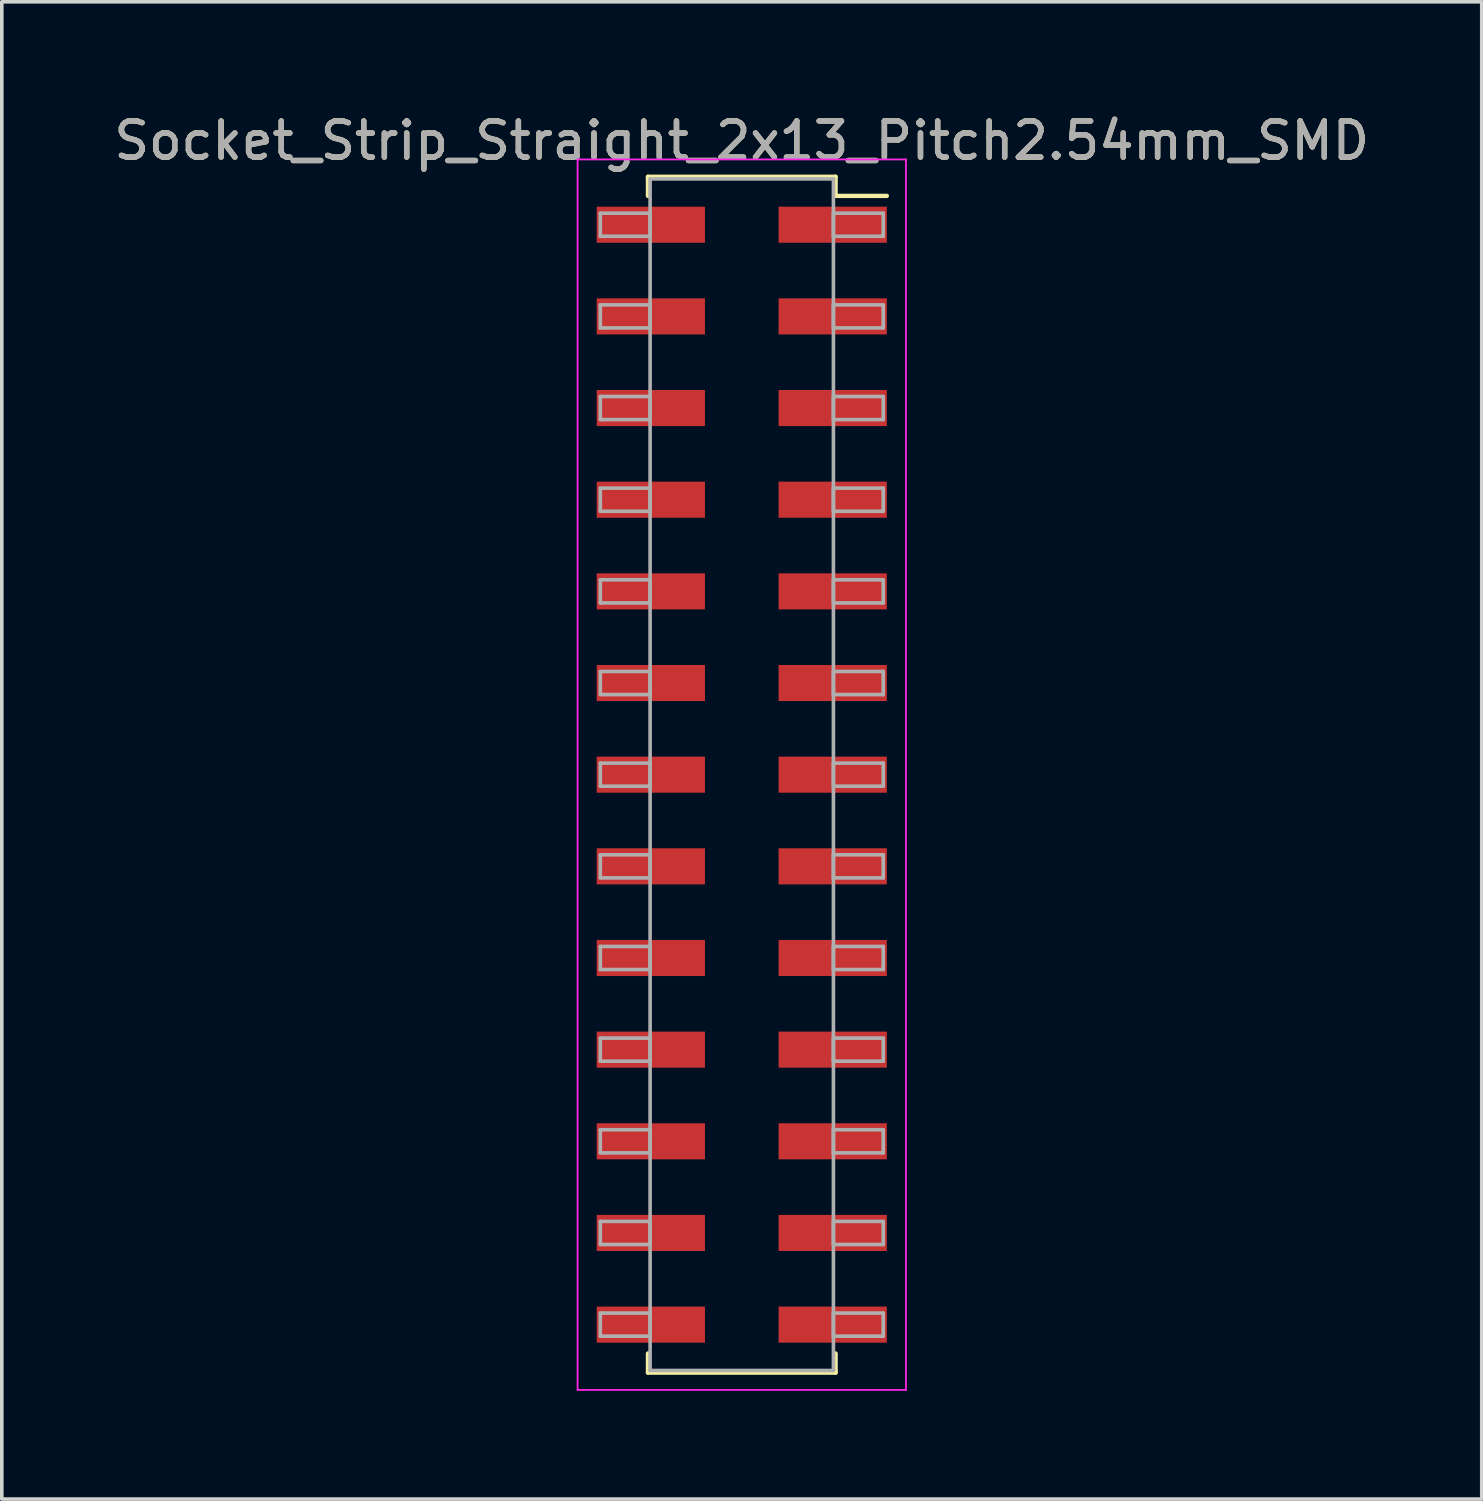
<source format=kicad_pcb>
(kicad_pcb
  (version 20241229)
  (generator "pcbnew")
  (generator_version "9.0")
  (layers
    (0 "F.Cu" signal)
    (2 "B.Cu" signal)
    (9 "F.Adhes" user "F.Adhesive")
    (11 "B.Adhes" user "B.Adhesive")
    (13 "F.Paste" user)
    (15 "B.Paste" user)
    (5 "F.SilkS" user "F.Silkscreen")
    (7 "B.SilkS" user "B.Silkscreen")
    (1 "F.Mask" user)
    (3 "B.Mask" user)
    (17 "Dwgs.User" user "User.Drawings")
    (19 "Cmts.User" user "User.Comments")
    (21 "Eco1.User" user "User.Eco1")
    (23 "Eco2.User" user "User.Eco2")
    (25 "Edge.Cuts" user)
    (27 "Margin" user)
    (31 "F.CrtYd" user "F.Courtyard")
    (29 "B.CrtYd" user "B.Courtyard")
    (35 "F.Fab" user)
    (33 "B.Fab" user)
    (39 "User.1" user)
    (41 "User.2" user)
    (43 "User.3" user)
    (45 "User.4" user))
  (footprint "Socket_Strip_Straight_2x13_Pitch2.54mm_SMD"
    (layer "F.Cu")
    (at 17.506 18.418)
    (property "Reference" "Socket_Strip_Straight_2x13_Pitch2.54mm_SMD" (at 0 -17.57 0) (layer "F.SilkS") (effects (font (size 1 1) (thickness 0.15))))
    (attr smd)
    (fp_line (start -2.6 -16.57) (end 2.6 -16.57) (stroke (width 0.12) (type solid)) (layer "F.SilkS"))
    (fp_line (start -2.6 -16.04) (end -2.6 -16.57) (stroke (width 0.12) (type solid)) (layer "F.SilkS"))
    (fp_line (start -2.6 16.04) (end -2.6 16.57) (stroke (width 0.12) (type solid)) (layer "F.SilkS"))
    (fp_line (start -2.6 16.57) (end 2.6 16.57) (stroke (width 0.12) (type solid)) (layer "F.SilkS"))
    (fp_line (start 2.6 -16.57) (end 2.6 -16.04) (stroke (width 0.12) (type solid)) (layer "F.SilkS"))
    (fp_line (start 2.6 16.57) (end 2.6 16.04) (stroke (width 0.12) (type solid)) (layer "F.SilkS"))
    (fp_line (start 4.02 -16.04) (end 2.6 -16.04) (stroke (width 0.12) (type solid)) (layer "F.SilkS"))
    (fp_line (start -4.55 -17.05) (end -4.55 17.05) (stroke (width 0.05) (type solid)) (layer "F.CrtYd"))
    (fp_line (start -4.55 17.05) (end 4.55 17.05) (stroke (width 0.05) (type solid)) (layer "F.CrtYd"))
    (fp_line (start 4.55 -17.05) (end -4.55 -17.05) (stroke (width 0.05) (type solid)) (layer "F.CrtYd"))
    (fp_line (start 4.55 17.05) (end 4.55 -17.05) (stroke (width 0.05) (type solid)) (layer "F.CrtYd"))
    (fp_line (start -3.92 -15.56) (end -2.54 -15.56) (stroke (width 0.1) (type solid)) (layer "F.Fab"))
    (fp_line (start -3.92 -14.92) (end -3.92 -15.56) (stroke (width 0.1) (type solid)) (layer "F.Fab"))
    (fp_line (start -3.92 -13.02) (end -2.54 -13.02) (stroke (width 0.1) (type solid)) (layer "F.Fab"))
    (fp_line (start -3.92 -12.38) (end -3.92 -13.02) (stroke (width 0.1) (type solid)) (layer "F.Fab"))
    (fp_line (start -3.92 -10.48) (end -2.54 -10.48) (stroke (width 0.1) (type solid)) (layer "F.Fab"))
    (fp_line (start -3.92 -9.84) (end -3.92 -10.48) (stroke (width 0.1) (type solid)) (layer "F.Fab"))
    (fp_line (start -3.92 -7.94) (end -2.54 -7.94) (stroke (width 0.1) (type solid)) (layer "F.Fab"))
    (fp_line (start -3.92 -7.3) (end -3.92 -7.94) (stroke (width 0.1) (type solid)) (layer "F.Fab"))
    (fp_line (start -3.92 -5.4) (end -2.54 -5.4) (stroke (width 0.1) (type solid)) (layer "F.Fab"))
    (fp_line (start -3.92 -4.76) (end -3.92 -5.4) (stroke (width 0.1) (type solid)) (layer "F.Fab"))
    (fp_line (start -3.92 -2.86) (end -2.54 -2.86) (stroke (width 0.1) (type solid)) (layer "F.Fab"))
    (fp_line (start -3.92 -2.22) (end -3.92 -2.86) (stroke (width 0.1) (type solid)) (layer "F.Fab"))
    (fp_line (start -3.92 -0.32) (end -2.54 -0.32) (stroke (width 0.1) (type solid)) (layer "F.Fab"))
    (fp_line (start -3.92 0.32) (end -3.92 -0.32) (stroke (width 0.1) (type solid)) (layer "F.Fab"))
    (fp_line (start -3.92 2.22) (end -2.54 2.22) (stroke (width 0.1) (type solid)) (layer "F.Fab"))
    (fp_line (start -3.92 2.86) (end -3.92 2.22) (stroke (width 0.1) (type solid)) (layer "F.Fab"))
    (fp_line (start -3.92 4.76) (end -2.54 4.76) (stroke (width 0.1) (type solid)) (layer "F.Fab"))
    (fp_line (start -3.92 5.4) (end -3.92 4.76) (stroke (width 0.1) (type solid)) (layer "F.Fab"))
    (fp_line (start -3.92 7.3) (end -2.54 7.3) (stroke (width 0.1) (type solid)) (layer "F.Fab"))
    (fp_line (start -3.92 7.94) (end -3.92 7.3) (stroke (width 0.1) (type solid)) (layer "F.Fab"))
    (fp_line (start -3.92 9.84) (end -2.54 9.84) (stroke (width 0.1) (type solid)) (layer "F.Fab"))
    (fp_line (start -3.92 10.48) (end -3.92 9.84) (stroke (width 0.1) (type solid)) (layer "F.Fab"))
    (fp_line (start -3.92 12.38) (end -2.54 12.38) (stroke (width 0.1) (type solid)) (layer "F.Fab"))
    (fp_line (start -3.92 13.02) (end -3.92 12.38) (stroke (width 0.1) (type solid)) (layer "F.Fab"))
    (fp_line (start -3.92 14.92) (end -2.54 14.92) (stroke (width 0.1) (type solid)) (layer "F.Fab"))
    (fp_line (start -3.92 15.56) (end -3.92 14.92) (stroke (width 0.1) (type solid)) (layer "F.Fab"))
    (fp_line (start -2.54 -16.51) (end -2.54 16.51) (stroke (width 0.1) (type solid)) (layer "F.Fab"))
    (fp_line (start -2.54 -15.56) (end -2.54 -14.92) (stroke (width 0.1) (type solid)) (layer "F.Fab"))
    (fp_line (start -2.54 -14.92) (end -3.92 -14.92) (stroke (width 0.1) (type solid)) (layer "F.Fab"))
    (fp_line (start -2.54 -13.02) (end -2.54 -12.38) (stroke (width 0.1) (type solid)) (layer "F.Fab"))
    (fp_line (start -2.54 -12.38) (end -3.92 -12.38) (stroke (width 0.1) (type solid)) (layer "F.Fab"))
    (fp_line (start -2.54 -10.48) (end -2.54 -9.84) (stroke (width 0.1) (type solid)) (layer "F.Fab"))
    (fp_line (start -2.54 -9.84) (end -3.92 -9.84) (stroke (width 0.1) (type solid)) (layer "F.Fab"))
    (fp_line (start -2.54 -7.94) (end -2.54 -7.3) (stroke (width 0.1) (type solid)) (layer "F.Fab"))
    (fp_line (start -2.54 -7.3) (end -3.92 -7.3) (stroke (width 0.1) (type solid)) (layer "F.Fab"))
    (fp_line (start -2.54 -5.4) (end -2.54 -4.76) (stroke (width 0.1) (type solid)) (layer "F.Fab"))
    (fp_line (start -2.54 -4.76) (end -3.92 -4.76) (stroke (width 0.1) (type solid)) (layer "F.Fab"))
    (fp_line (start -2.54 -2.86) (end -2.54 -2.22) (stroke (width 0.1) (type solid)) (layer "F.Fab"))
    (fp_line (start -2.54 -2.22) (end -3.92 -2.22) (stroke (width 0.1) (type solid)) (layer "F.Fab"))
    (fp_line (start -2.54 -0.32) (end -2.54 0.32) (stroke (width 0.1) (type solid)) (layer "F.Fab"))
    (fp_line (start -2.54 0.32) (end -3.92 0.32) (stroke (width 0.1) (type solid)) (layer "F.Fab"))
    (fp_line (start -2.54 2.22) (end -2.54 2.86) (stroke (width 0.1) (type solid)) (layer "F.Fab"))
    (fp_line (start -2.54 2.86) (end -3.92 2.86) (stroke (width 0.1) (type solid)) (layer "F.Fab"))
    (fp_line (start -2.54 4.76) (end -2.54 5.4) (stroke (width 0.1) (type solid)) (layer "F.Fab"))
    (fp_line (start -2.54 5.4) (end -3.92 5.4) (stroke (width 0.1) (type solid)) (layer "F.Fab"))
    (fp_line (start -2.54 7.3) (end -2.54 7.94) (stroke (width 0.1) (type solid)) (layer "F.Fab"))
    (fp_line (start -2.54 7.94) (end -3.92 7.94) (stroke (width 0.1) (type solid)) (layer "F.Fab"))
    (fp_line (start -2.54 9.84) (end -2.54 10.48) (stroke (width 0.1) (type solid)) (layer "F.Fab"))
    (fp_line (start -2.54 10.48) (end -3.92 10.48) (stroke (width 0.1) (type solid)) (layer "F.Fab"))
    (fp_line (start -2.54 12.38) (end -2.54 13.02) (stroke (width 0.1) (type solid)) (layer "F.Fab"))
    (fp_line (start -2.54 13.02) (end -3.92 13.02) (stroke (width 0.1) (type solid)) (layer "F.Fab"))
    (fp_line (start -2.54 14.92) (end -2.54 15.56) (stroke (width 0.1) (type solid)) (layer "F.Fab"))
    (fp_line (start -2.54 15.56) (end -3.92 15.56) (stroke (width 0.1) (type solid)) (layer "F.Fab"))
    (fp_line (start -2.54 16.51) (end 2.54 16.51) (stroke (width 0.1) (type solid)) (layer "F.Fab"))
    (fp_line (start 2.54 -16.51) (end -2.54 -16.51) (stroke (width 0.1) (type solid)) (layer "F.Fab"))
    (fp_line (start 2.54 -15.56) (end 2.54 -14.92) (stroke (width 0.1) (type solid)) (layer "F.Fab"))
    (fp_line (start 2.54 -14.92) (end 3.92 -14.92) (stroke (width 0.1) (type solid)) (layer "F.Fab"))
    (fp_line (start 2.54 -13.02) (end 2.54 -12.38) (stroke (width 0.1) (type solid)) (layer "F.Fab"))
    (fp_line (start 2.54 -12.38) (end 3.92 -12.38) (stroke (width 0.1) (type solid)) (layer "F.Fab"))
    (fp_line (start 2.54 -10.48) (end 2.54 -9.84) (stroke (width 0.1) (type solid)) (layer "F.Fab"))
    (fp_line (start 2.54 -9.84) (end 3.92 -9.84) (stroke (width 0.1) (type solid)) (layer "F.Fab"))
    (fp_line (start 2.54 -7.94) (end 2.54 -7.3) (stroke (width 0.1) (type solid)) (layer "F.Fab"))
    (fp_line (start 2.54 -7.3) (end 3.92 -7.3) (stroke (width 0.1) (type solid)) (layer "F.Fab"))
    (fp_line (start 2.54 -5.4) (end 2.54 -4.76) (stroke (width 0.1) (type solid)) (layer "F.Fab"))
    (fp_line (start 2.54 -4.76) (end 3.92 -4.76) (stroke (width 0.1) (type solid)) (layer "F.Fab"))
    (fp_line (start 2.54 -2.86) (end 2.54 -2.22) (stroke (width 0.1) (type solid)) (layer "F.Fab"))
    (fp_line (start 2.54 -2.22) (end 3.92 -2.22) (stroke (width 0.1) (type solid)) (layer "F.Fab"))
    (fp_line (start 2.54 -0.32) (end 2.54 0.32) (stroke (width 0.1) (type solid)) (layer "F.Fab"))
    (fp_line (start 2.54 0.32) (end 3.92 0.32) (stroke (width 0.1) (type solid)) (layer "F.Fab"))
    (fp_line (start 2.54 2.22) (end 2.54 2.86) (stroke (width 0.1) (type solid)) (layer "F.Fab"))
    (fp_line (start 2.54 2.86) (end 3.92 2.86) (stroke (width 0.1) (type solid)) (layer "F.Fab"))
    (fp_line (start 2.54 4.76) (end 2.54 5.4) (stroke (width 0.1) (type solid)) (layer "F.Fab"))
    (fp_line (start 2.54 5.4) (end 3.92 5.4) (stroke (width 0.1) (type solid)) (layer "F.Fab"))
    (fp_line (start 2.54 7.3) (end 2.54 7.94) (stroke (width 0.1) (type solid)) (layer "F.Fab"))
    (fp_line (start 2.54 7.94) (end 3.92 7.94) (stroke (width 0.1) (type solid)) (layer "F.Fab"))
    (fp_line (start 2.54 9.84) (end 2.54 10.48) (stroke (width 0.1) (type solid)) (layer "F.Fab"))
    (fp_line (start 2.54 10.48) (end 3.92 10.48) (stroke (width 0.1) (type solid)) (layer "F.Fab"))
    (fp_line (start 2.54 12.38) (end 2.54 13.02) (stroke (width 0.1) (type solid)) (layer "F.Fab"))
    (fp_line (start 2.54 13.02) (end 3.92 13.02) (stroke (width 0.1) (type solid)) (layer "F.Fab"))
    (fp_line (start 2.54 14.92) (end 2.54 15.56) (stroke (width 0.1) (type solid)) (layer "F.Fab"))
    (fp_line (start 2.54 15.56) (end 3.92 15.56) (stroke (width 0.1) (type solid)) (layer "F.Fab"))
    (fp_line (start 2.54 16.51) (end 2.54 -16.51) (stroke (width 0.1) (type solid)) (layer "F.Fab"))
    (fp_line (start 3.92 -15.56) (end 2.54 -15.56) (stroke (width 0.1) (type solid)) (layer "F.Fab"))
    (fp_line (start 3.92 -14.92) (end 3.92 -15.56) (stroke (width 0.1) (type solid)) (layer "F.Fab"))
    (fp_line (start 3.92 -13.02) (end 2.54 -13.02) (stroke (width 0.1) (type solid)) (layer "F.Fab"))
    (fp_line (start 3.92 -12.38) (end 3.92 -13.02) (stroke (width 0.1) (type solid)) (layer "F.Fab"))
    (fp_line (start 3.92 -10.48) (end 2.54 -10.48) (stroke (width 0.1) (type solid)) (layer "F.Fab"))
    (fp_line (start 3.92 -9.84) (end 3.92 -10.48) (stroke (width 0.1) (type solid)) (layer "F.Fab"))
    (fp_line (start 3.92 -7.94) (end 2.54 -7.94) (stroke (width 0.1) (type solid)) (layer "F.Fab"))
    (fp_line (start 3.92 -7.3) (end 3.92 -7.94) (stroke (width 0.1) (type solid)) (layer "F.Fab"))
    (fp_line (start 3.92 -5.4) (end 2.54 -5.4) (stroke (width 0.1) (type solid)) (layer "F.Fab"))
    (fp_line (start 3.92 -4.76) (end 3.92 -5.4) (stroke (width 0.1) (type solid)) (layer "F.Fab"))
    (fp_line (start 3.92 -2.86) (end 2.54 -2.86) (stroke (width 0.1) (type solid)) (layer "F.Fab"))
    (fp_line (start 3.92 -2.22) (end 3.92 -2.86) (stroke (width 0.1) (type solid)) (layer "F.Fab"))
    (fp_line (start 3.92 -0.32) (end 2.54 -0.32) (stroke (width 0.1) (type solid)) (layer "F.Fab"))
    (fp_line (start 3.92 0.32) (end 3.92 -0.32) (stroke (width 0.1) (type solid)) (layer "F.Fab"))
    (fp_line (start 3.92 2.22) (end 2.54 2.22) (stroke (width 0.1) (type solid)) (layer "F.Fab"))
    (fp_line (start 3.92 2.86) (end 3.92 2.22) (stroke (width 0.1) (type solid)) (layer "F.Fab"))
    (fp_line (start 3.92 4.76) (end 2.54 4.76) (stroke (width 0.1) (type solid)) (layer "F.Fab"))
    (fp_line (start 3.92 5.4) (end 3.92 4.76) (stroke (width 0.1) (type solid)) (layer "F.Fab"))
    (fp_line (start 3.92 7.3) (end 2.54 7.3) (stroke (width 0.1) (type solid)) (layer "F.Fab"))
    (fp_line (start 3.92 7.94) (end 3.92 7.3) (stroke (width 0.1) (type solid)) (layer "F.Fab"))
    (fp_line (start 3.92 9.84) (end 2.54 9.84) (stroke (width 0.1) (type solid)) (layer "F.Fab"))
    (fp_line (start 3.92 10.48) (end 3.92 9.84) (stroke (width 0.1) (type solid)) (layer "F.Fab"))
    (fp_line (start 3.92 12.38) (end 2.54 12.38) (stroke (width 0.1) (type solid)) (layer "F.Fab"))
    (fp_line (start 3.92 13.02) (end 3.92 12.38) (stroke (width 0.1) (type solid)) (layer "F.Fab"))
    (fp_line (start 3.92 14.92) (end 2.54 14.92) (stroke (width 0.1) (type solid)) (layer "F.Fab"))
    (fp_line (start 3.92 15.56) (end 3.92 14.92) (stroke (width 0.1) (type solid)) (layer "F.Fab"))
    (fp_text user "${REFERENCE}" (at 0 -17.57 0) (layer "F.Fab") (effects (font (size 1 1) (thickness 0.15))))
    (pad "1" smd rect (at 2.52 -15.24) (size 3 1) (layers "F.Cu" "F.Mask" "F.Paste"))
    (pad "2" smd rect (at -2.52 -15.24) (size 3 1) (layers "F.Cu" "F.Mask" "F.Paste"))
    (pad "3" smd rect (at 2.52 -12.7) (size 3 1) (layers "F.Cu" "F.Mask" "F.Paste"))
    (pad "4" smd rect (at -2.52 -12.7) (size 3 1) (layers "F.Cu" "F.Mask" "F.Paste"))
    (pad "5" smd rect (at 2.52 -10.16) (size 3 1) (layers "F.Cu" "F.Mask" "F.Paste"))
    (pad "6" smd rect (at -2.52 -10.16) (size 3 1) (layers "F.Cu" "F.Mask" "F.Paste"))
    (pad "7" smd rect (at 2.52 -7.62) (size 3 1) (layers "F.Cu" "F.Mask" "F.Paste"))
    (pad "8" smd rect (at -2.52 -7.62) (size 3 1) (layers "F.Cu" "F.Mask" "F.Paste"))
    (pad "9" smd rect (at 2.52 -5.08) (size 3 1) (layers "F.Cu" "F.Mask" "F.Paste"))
    (pad "10" smd rect (at -2.52 -5.08) (size 3 1) (layers "F.Cu" "F.Mask" "F.Paste"))
    (pad "11" smd rect (at 2.52 -2.54) (size 3 1) (layers "F.Cu" "F.Mask" "F.Paste"))
    (pad "12" smd rect (at -2.52 -2.54) (size 3 1) (layers "F.Cu" "F.Mask" "F.Paste"))
    (pad "13" smd rect (at 2.52 0) (size 3 1) (layers "F.Cu" "F.Mask" "F.Paste"))
    (pad "14" smd rect (at -2.52 0) (size 3 1) (layers "F.Cu" "F.Mask" "F.Paste"))
    (pad "15" smd rect (at 2.52 2.54) (size 3 1) (layers "F.Cu" "F.Mask" "F.Paste"))
    (pad "16" smd rect (at -2.52 2.54) (size 3 1) (layers "F.Cu" "F.Mask" "F.Paste"))
    (pad "17" smd rect (at 2.52 5.08) (size 3 1) (layers "F.Cu" "F.Mask" "F.Paste"))
    (pad "18" smd rect (at -2.52 5.08) (size 3 1) (layers "F.Cu" "F.Mask" "F.Paste"))
    (pad "19" smd rect (at 2.52 7.62) (size 3 1) (layers "F.Cu" "F.Mask" "F.Paste"))
    (pad "20" smd rect (at -2.52 7.62) (size 3 1) (layers "F.Cu" "F.Mask" "F.Paste"))
    (pad "21" smd rect (at 2.52 10.16) (size 3 1) (layers "F.Cu" "F.Mask" "F.Paste"))
    (pad "22" smd rect (at -2.52 10.16) (size 3 1) (layers "F.Cu" "F.Mask" "F.Paste"))
    (pad "23" smd rect (at 2.52 12.7) (size 3 1) (layers "F.Cu" "F.Mask" "F.Paste"))
    (pad "24" smd rect (at -2.52 12.7) (size 3 1) (layers "F.Cu" "F.Mask" "F.Paste"))
    (pad "25" smd rect (at 2.52 15.24) (size 3 1) (layers "F.Cu" "F.Mask" "F.Paste"))
    (pad "26" smd rect (at -2.52 15.24) (size 3 1) (layers "F.Cu" "F.Mask" "F.Paste")))
  (gr_rect
    (start -3 -3)
    (end 38.012 38.493)
    (stroke (width 0.1) (type default))
    (fill no)
    (layer "Edge.Cuts")))
</source>
